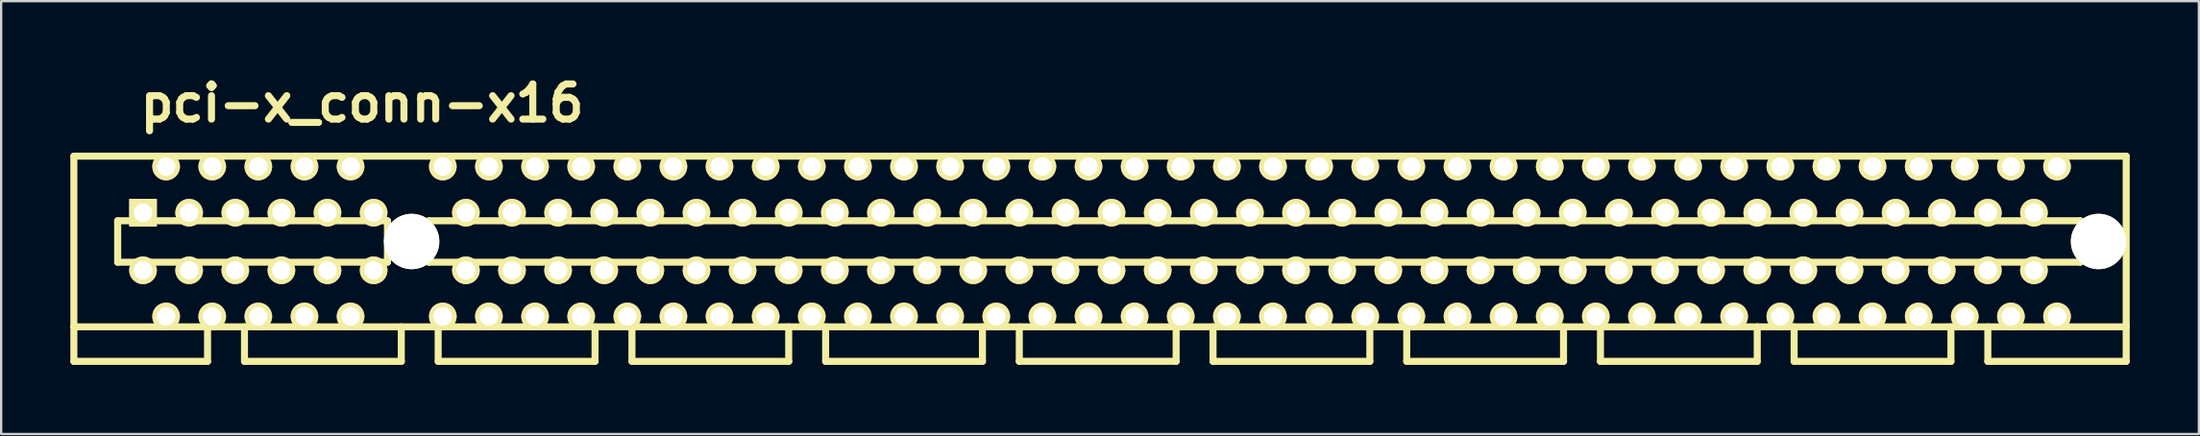
<source format=kicad_pcb>
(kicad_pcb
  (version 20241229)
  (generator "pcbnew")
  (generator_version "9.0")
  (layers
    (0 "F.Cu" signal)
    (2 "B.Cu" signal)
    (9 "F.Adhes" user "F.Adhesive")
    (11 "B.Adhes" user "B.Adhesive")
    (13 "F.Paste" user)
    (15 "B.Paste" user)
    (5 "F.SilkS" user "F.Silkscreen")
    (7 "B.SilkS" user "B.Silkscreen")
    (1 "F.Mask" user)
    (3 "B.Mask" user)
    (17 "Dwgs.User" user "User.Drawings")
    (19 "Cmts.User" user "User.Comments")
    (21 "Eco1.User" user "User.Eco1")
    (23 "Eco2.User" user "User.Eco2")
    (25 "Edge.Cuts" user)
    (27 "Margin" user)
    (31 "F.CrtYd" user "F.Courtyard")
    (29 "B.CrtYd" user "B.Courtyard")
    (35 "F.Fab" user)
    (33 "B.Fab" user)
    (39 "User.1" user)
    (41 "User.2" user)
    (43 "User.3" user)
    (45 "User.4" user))
  (footprint "pci-x_conn-x16"
    (layer "F.Cu")
    (at 12.652 7.426)
    (property "Reference" "pci-x_conn-x16" (at 0 -5.999 0) (layer "F.SilkS") (effects (font (size 1.524 1.524) (thickness 0.305))))
    (attr through_hole)
    (fp_line (start -12.499 -3.701) (end -12.499 3.701) (stroke (width 0.305) (type solid)) (layer "F.SilkS"))
    (fp_line (start -12.499 3.701) (end -12.499 5.199) (stroke (width 0.305) (type solid)) (layer "F.SilkS"))
    (fp_line (start -12.499 3.701) (end 76.5 3.701) (stroke (width 0.305) (type solid)) (layer "F.SilkS"))
    (fp_line (start -10.599 -0.899) (end -10.599 0.899) (stroke (width 0.305) (type solid)) (layer "F.SilkS"))
    (fp_line (start -10.599 -0.899) (end 1.1 -0.899) (stroke (width 0.305) (type solid)) (layer "F.SilkS"))
    (fp_line (start -6.701 5.199) (end -12.499 5.199) (stroke (width 0.305) (type solid)) (layer "F.SilkS"))
    (fp_line (start -6.701 5.199) (end -6.701 3.701) (stroke (width 0.305) (type solid)) (layer "F.SilkS"))
    (fp_line (start -5.1 3.701) (end -5.1 5.199) (stroke (width 0.305) (type solid)) (layer "F.SilkS"))
    (fp_line (start -5.098 5.199) (end 1.702 5.199) (stroke (width 0.305) (type solid)) (layer "F.SilkS"))
    (fp_line (start 1.1 0.899) (end -10.599 0.899) (stroke (width 0.305) (type solid)) (layer "F.SilkS"))
    (fp_line (start 1.1 0.899) (end 1.1 -0.899) (stroke (width 0.305) (type solid)) (layer "F.SilkS"))
    (fp_line (start 1.699 5.199) (end 1.699 3.701) (stroke (width 0.305) (type solid)) (layer "F.SilkS"))
    (fp_line (start 2.901 0.899) (end 2.901 -0.899) (stroke (width 0.305) (type solid)) (layer "F.SilkS"))
    (fp_line (start 2.901 0.899) (end 74.501 0.899) (stroke (width 0.305) (type solid)) (layer "F.SilkS"))
    (fp_line (start 3.299 3.701) (end 3.299 5.199) (stroke (width 0.305) (type solid)) (layer "F.SilkS"))
    (fp_line (start 3.302 5.199) (end 10.102 5.199) (stroke (width 0.305) (type solid)) (layer "F.SilkS"))
    (fp_line (start 10.102 5.199) (end 10.102 3.701) (stroke (width 0.305) (type solid)) (layer "F.SilkS"))
    (fp_line (start 11.702 5.199) (end 11.702 3.701) (stroke (width 0.305) (type solid)) (layer "F.SilkS"))
    (fp_line (start 11.702 5.199) (end 18.501 5.199) (stroke (width 0.305) (type solid)) (layer "F.SilkS"))
    (fp_line (start 18.499 5.199) (end 18.499 3.701) (stroke (width 0.305) (type solid)) (layer "F.SilkS"))
    (fp_line (start 20.102 3.701) (end 20.102 5.199) (stroke (width 0.305) (type solid)) (layer "F.SilkS"))
    (fp_line (start 20.102 5.199) (end 26.901 5.199) (stroke (width 0.305) (type solid)) (layer "F.SilkS"))
    (fp_line (start 26.901 5.199) (end 26.901 3.701) (stroke (width 0.305) (type solid)) (layer "F.SilkS"))
    (fp_line (start 28.499 3.701) (end 28.499 5.199) (stroke (width 0.305) (type solid)) (layer "F.SilkS"))
    (fp_line (start 28.501 5.197) (end 35.301 5.197) (stroke (width 0.305) (type solid)) (layer "F.SilkS"))
    (fp_line (start 35.301 5.199) (end 35.301 3.701) (stroke (width 0.305) (type solid)) (layer "F.SilkS"))
    (fp_line (start 36.901 5.199) (end 36.901 3.701) (stroke (width 0.305) (type solid)) (layer "F.SilkS"))
    (fp_line (start 36.901 5.199) (end 43.701 5.199) (stroke (width 0.305) (type solid)) (layer "F.SilkS"))
    (fp_line (start 43.701 5.199) (end 43.701 3.701) (stroke (width 0.305) (type solid)) (layer "F.SilkS"))
    (fp_line (start 45.301 5.199) (end 45.301 3.701) (stroke (width 0.305) (type solid)) (layer "F.SilkS"))
    (fp_line (start 52.1 5.199) (end 45.301 5.199) (stroke (width 0.305) (type solid)) (layer "F.SilkS"))
    (fp_line (start 52.1 5.199) (end 52.1 3.701) (stroke (width 0.305) (type solid)) (layer "F.SilkS"))
    (fp_line (start 53.701 5.199) (end 53.701 3.701) (stroke (width 0.305) (type solid)) (layer "F.SilkS"))
    (fp_line (start 53.701 5.199) (end 60.5 5.199) (stroke (width 0.305) (type solid)) (layer "F.SilkS"))
    (fp_line (start 60.5 5.199) (end 60.5 3.701) (stroke (width 0.305) (type solid)) (layer "F.SilkS"))
    (fp_line (start 62.1 5.199) (end 62.1 3.701) (stroke (width 0.305) (type solid)) (layer "F.SilkS"))
    (fp_line (start 68.9 5.199) (end 62.1 5.199) (stroke (width 0.305) (type solid)) (layer "F.SilkS"))
    (fp_line (start 68.9 5.199) (end 68.9 3.701) (stroke (width 0.305) (type solid)) (layer "F.SilkS"))
    (fp_line (start 70.5 5.199) (end 70.5 3.701) (stroke (width 0.305) (type solid)) (layer "F.SilkS"))
    (fp_line (start 74.501 -0.899) (end 2.901 -0.899) (stroke (width 0.305) (type solid)) (layer "F.SilkS"))
    (fp_line (start 74.503 -0.899) (end 74.503 0.899) (stroke (width 0.305) (type solid)) (layer "F.SilkS"))
    (fp_line (start 76.5 -3.701) (end -12.499 -3.701) (stroke (width 0.305) (type solid)) (layer "F.SilkS"))
    (fp_line (start 76.5 -3.701) (end 76.5 5.199) (stroke (width 0.305) (type solid)) (layer "F.SilkS"))
    (fp_line (start 76.5 5.199) (end 70.5 5.199) (stroke (width 0.305) (type solid)) (layer "F.SilkS"))
    (pad "" np_thru_hole circle (at 2.149 0) (size 2.4 2.4) (drill 2.4) (layers "*.Cu" "*.Mask" "F.SilkS"))
    (pad "" np_thru_hole circle (at 75.301 0) (size 2.4 2.4) (drill 2.4) (layers "*.Cu" "*.Mask" "F.SilkS"))
    (pad "A1" thru_hole rect (at -9.5 -1.25) (size 1.199 1.199) (drill 0.8) (layers "*.Cu" "*.Mask" "F.SilkS"))
    (pad "A2" thru_hole circle (at -8.499 -3.251) (size 1.199 1.199) (drill 0.8) (layers "*.Cu" "*.Mask" "F.SilkS"))
    (pad "A3" thru_hole circle (at -7.501 -1.25) (size 1.199 1.199) (drill 0.8) (layers "*.Cu" "*.Mask" "F.SilkS"))
    (pad "A4" thru_hole circle (at -6.5 -3.251) (size 1.199 1.199) (drill 0.8) (layers "*.Cu" "*.Mask" "F.SilkS"))
    (pad "A5" thru_hole circle (at -5.499 -1.25) (size 1.199 1.199) (drill 0.8) (layers "*.Cu" "*.Mask" "F.SilkS"))
    (pad "A6" thru_hole circle (at -4.501 -3.251) (size 1.199 1.199) (drill 0.8) (layers "*.Cu" "*.Mask" "F.SilkS"))
    (pad "A7" thru_hole circle (at -3.5 -1.25) (size 1.199 1.199) (drill 0.8) (layers "*.Cu" "*.Mask" "F.SilkS"))
    (pad "A8" thru_hole circle (at -2.499 -3.251) (size 1.199 1.199) (drill 0.8) (layers "*.Cu" "*.Mask" "F.SilkS"))
    (pad "A9" thru_hole circle (at -1.501 -1.25) (size 1.199 1.199) (drill 0.8) (layers "*.Cu" "*.Mask" "F.SilkS"))
    (pad "A10" thru_hole circle (at -0.5 -3.251) (size 1.199 1.199) (drill 0.8) (layers "*.Cu" "*.Mask" "F.SilkS"))
    (pad "A11" thru_hole circle (at 0.5 -1.25) (size 1.199 1.199) (drill 0.8) (layers "*.Cu" "*.Mask" "F.SilkS"))
    (pad "A12" thru_hole circle (at 3.5 -3.251) (size 1.199 1.199) (drill 0.8) (layers "*.Cu" "*.Mask" "F.SilkS"))
    (pad "A13" thru_hole circle (at 4.501 -1.25) (size 1.199 1.199) (drill 0.8) (layers "*.Cu" "*.Mask" "F.SilkS"))
    (pad "A14" thru_hole circle (at 5.499 -3.251) (size 1.199 1.199) (drill 0.8) (layers "*.Cu" "*.Mask" "F.SilkS"))
    (pad "A15" thru_hole circle (at 6.5 -1.25) (size 1.199 1.199) (drill 0.8) (layers "*.Cu" "*.Mask" "F.SilkS"))
    (pad "A16" thru_hole circle (at 7.501 -3.251) (size 1.199 1.199) (drill 0.8) (layers "*.Cu" "*.Mask" "F.SilkS"))
    (pad "A17" thru_hole circle (at 8.499 -1.25) (size 1.199 1.199) (drill 0.8) (layers "*.Cu" "*.Mask" "F.SilkS"))
    (pad "A18" thru_hole circle (at 9.5 -3.251) (size 1.199 1.199) (drill 0.8) (layers "*.Cu" "*.Mask" "F.SilkS"))
    (pad "A19" thru_hole circle (at 10.5 -1.25) (size 1.199 1.199) (drill 0.8) (layers "*.Cu" "*.Mask" "F.SilkS"))
    (pad "A20" thru_hole circle (at 11.501 -3.251) (size 1.199 1.199) (drill 0.8) (layers "*.Cu" "*.Mask" "F.SilkS"))
    (pad "A21" thru_hole circle (at 12.499 -1.25) (size 1.199 1.199) (drill 0.8) (layers "*.Cu" "*.Mask" "F.SilkS"))
    (pad "A22" thru_hole circle (at 13.5 -3.251) (size 1.199 1.199) (drill 0.8) (layers "*.Cu" "*.Mask" "F.SilkS"))
    (pad "A23" thru_hole circle (at 14.501 -1.25) (size 1.199 1.199) (drill 0.8) (layers "*.Cu" "*.Mask" "F.SilkS"))
    (pad "A24" thru_hole circle (at 15.499 -3.251) (size 1.199 1.199) (drill 0.8) (layers "*.Cu" "*.Mask" "F.SilkS"))
    (pad "A25" thru_hole circle (at 16.5 -1.25) (size 1.199 1.199) (drill 0.8) (layers "*.Cu" "*.Mask" "F.SilkS"))
    (pad "A26" thru_hole circle (at 17.501 -3.251) (size 1.199 1.199) (drill 0.8) (layers "*.Cu" "*.Mask" "F.SilkS"))
    (pad "A27" thru_hole circle (at 18.499 -1.25) (size 1.199 1.199) (drill 0.8) (layers "*.Cu" "*.Mask" "F.SilkS"))
    (pad "A28" thru_hole circle (at 19.5 -3.251) (size 1.199 1.199) (drill 0.8) (layers "*.Cu" "*.Mask" "F.SilkS"))
    (pad "A29" thru_hole circle (at 20.5 -1.25) (size 1.199 1.199) (drill 0.8) (layers "*.Cu" "*.Mask" "F.SilkS"))
    (pad "A30" thru_hole circle (at 21.501 -3.251) (size 1.199 1.199) (drill 0.8) (layers "*.Cu" "*.Mask" "F.SilkS"))
    (pad "A31" thru_hole circle (at 22.499 -1.25) (size 1.199 1.199) (drill 0.8) (layers "*.Cu" "*.Mask" "F.SilkS"))
    (pad "A32" thru_hole circle (at 23.5 -3.251) (size 1.199 1.199) (drill 0.8) (layers "*.Cu" "*.Mask" "F.SilkS"))
    (pad "A33" thru_hole circle (at 24.501 -1.25) (size 1.199 1.199) (drill 0.8) (layers "*.Cu" "*.Mask" "F.SilkS"))
    (pad "A34" thru_hole circle (at 25.499 -3.251) (size 1.199 1.199) (drill 0.8) (layers "*.Cu" "*.Mask" "F.SilkS"))
    (pad "A35" thru_hole circle (at 26.5 -1.25) (size 1.199 1.199) (drill 0.8) (layers "*.Cu" "*.Mask" "F.SilkS"))
    (pad "A36" thru_hole circle (at 27.501 -3.251) (size 1.199 1.199) (drill 0.8) (layers "*.Cu" "*.Mask" "F.SilkS"))
    (pad "A37" thru_hole circle (at 28.499 -1.25) (size 1.199 1.199) (drill 0.8) (layers "*.Cu" "*.Mask" "F.SilkS"))
    (pad "A38" thru_hole circle (at 29.5 -3.251) (size 1.199 1.199) (drill 0.8) (layers "*.Cu" "*.Mask" "F.SilkS"))
    (pad "A39" thru_hole circle (at 30.5 -1.25) (size 1.199 1.199) (drill 0.8) (layers "*.Cu" "*.Mask" "F.SilkS"))
    (pad "A40" thru_hole circle (at 31.501 -3.251) (size 1.199 1.199) (drill 0.8) (layers "*.Cu" "*.Mask" "F.SilkS"))
    (pad "A41" thru_hole circle (at 32.499 -1.25) (size 1.199 1.199) (drill 0.8) (layers "*.Cu" "*.Mask" "F.SilkS"))
    (pad "A42" thru_hole circle (at 33.5 -3.251) (size 1.199 1.199) (drill 0.8) (layers "*.Cu" "*.Mask" "F.SilkS"))
    (pad "A43" thru_hole circle (at 34.501 -1.25) (size 1.199 1.199) (drill 0.8) (layers "*.Cu" "*.Mask" "F.SilkS"))
    (pad "A44" thru_hole circle (at 35.499 -3.251) (size 1.199 1.199) (drill 0.8) (layers "*.Cu" "*.Mask" "F.SilkS"))
    (pad "A45" thru_hole circle (at 36.5 -1.25) (size 1.199 1.199) (drill 0.8) (layers "*.Cu" "*.Mask" "F.SilkS"))
    (pad "A46" thru_hole circle (at 37.501 -3.251) (size 1.199 1.199) (drill 0.8) (layers "*.Cu" "*.Mask" "F.SilkS"))
    (pad "A47" thru_hole circle (at 38.499 -1.25) (size 1.199 1.199) (drill 0.8) (layers "*.Cu" "*.Mask" "F.SilkS"))
    (pad "A48" thru_hole circle (at 39.5 -3.251) (size 1.199 1.199) (drill 0.8) (layers "*.Cu" "*.Mask" "F.SilkS"))
    (pad "A49" thru_hole circle (at 40.5 -1.25) (size 1.199 1.199) (drill 0.8) (layers "*.Cu" "*.Mask" "F.SilkS"))
    (pad "A50" thru_hole circle (at 41.501 -3.251) (size 1.199 1.199) (drill 0.8) (layers "*.Cu" "*.Mask" "F.SilkS"))
    (pad "A51" thru_hole circle (at 42.499 -1.25) (size 1.199 1.199) (drill 0.8) (layers "*.Cu" "*.Mask" "F.SilkS"))
    (pad "A52" thru_hole circle (at 43.5 -3.251) (size 1.199 1.199) (drill 0.8) (layers "*.Cu" "*.Mask" "F.SilkS"))
    (pad "A53" thru_hole circle (at 44.501 -1.25) (size 1.199 1.199) (drill 0.8) (layers "*.Cu" "*.Mask" "F.SilkS"))
    (pad "A54" thru_hole circle (at 45.499 -3.251) (size 1.199 1.199) (drill 0.8) (layers "*.Cu" "*.Mask" "F.SilkS"))
    (pad "A55" thru_hole circle (at 46.5 -1.25) (size 1.199 1.199) (drill 0.8) (layers "*.Cu" "*.Mask" "F.SilkS"))
    (pad "A56" thru_hole circle (at 47.501 -3.251) (size 1.199 1.199) (drill 0.8) (layers "*.Cu" "*.Mask" "F.SilkS"))
    (pad "A57" thru_hole circle (at 48.499 -1.25) (size 1.199 1.199) (drill 0.8) (layers "*.Cu" "*.Mask" "F.SilkS"))
    (pad "A58" thru_hole circle (at 49.5 -3.251) (size 1.199 1.199) (drill 0.8) (layers "*.Cu" "*.Mask" "F.SilkS"))
    (pad "A59" thru_hole circle (at 50.5 -1.25) (size 1.199 1.199) (drill 0.8) (layers "*.Cu" "*.Mask" "F.SilkS"))
    (pad "A60" thru_hole circle (at 51.501 -3.251) (size 1.199 1.199) (drill 0.8) (layers "*.Cu" "*.Mask" "F.SilkS"))
    (pad "A61" thru_hole circle (at 52.499 -1.25) (size 1.199 1.199) (drill 0.8) (layers "*.Cu" "*.Mask" "F.SilkS"))
    (pad "A62" thru_hole circle (at 53.5 -3.251) (size 1.199 1.199) (drill 0.8) (layers "*.Cu" "*.Mask" "F.SilkS"))
    (pad "A63" thru_hole circle (at 54.501 -1.25) (size 1.199 1.199) (drill 0.8) (layers "*.Cu" "*.Mask" "F.SilkS"))
    (pad "A64" thru_hole circle (at 55.499 -3.251) (size 1.199 1.199) (drill 0.8) (layers "*.Cu" "*.Mask" "F.SilkS"))
    (pad "A65" thru_hole circle (at 56.5 -1.25) (size 1.199 1.199) (drill 0.8) (layers "*.Cu" "*.Mask" "F.SilkS"))
    (pad "A66" thru_hole circle (at 57.501 -3.251) (size 1.199 1.199) (drill 0.8) (layers "*.Cu" "*.Mask" "F.SilkS"))
    (pad "A67" thru_hole circle (at 58.499 -1.25) (size 1.199 1.199) (drill 0.8) (layers "*.Cu" "*.Mask" "F.SilkS"))
    (pad "A68" thru_hole circle (at 59.499 -3.251) (size 1.199 1.199) (drill 0.8) (layers "*.Cu" "*.Mask" "F.SilkS"))
    (pad "A69" thru_hole circle (at 60.5 -1.25) (size 1.199 1.199) (drill 0.8) (layers "*.Cu" "*.Mask" "F.SilkS"))
    (pad "A70" thru_hole circle (at 61.501 -3.251) (size 1.199 1.199) (drill 0.8) (layers "*.Cu" "*.Mask" "F.SilkS"))
    (pad "A71" thru_hole circle (at 62.499 -1.25) (size 1.199 1.199) (drill 0.8) (layers "*.Cu" "*.Mask" "F.SilkS"))
    (pad "A72" thru_hole circle (at 63.5 -3.251) (size 1.199 1.199) (drill 0.8) (layers "*.Cu" "*.Mask" "F.SilkS"))
    (pad "A73" thru_hole circle (at 64.501 -1.25) (size 1.199 1.199) (drill 0.8) (layers "*.Cu" "*.Mask" "F.SilkS"))
    (pad "A74" thru_hole circle (at 65.499 -3.251) (size 1.199 1.199) (drill 0.8) (layers "*.Cu" "*.Mask" "F.SilkS"))
    (pad "A75" thru_hole circle (at 66.5 -1.25) (size 1.199 1.199) (drill 0.8) (layers "*.Cu" "*.Mask" "F.SilkS"))
    (pad "A76" thru_hole circle (at 67.501 -3.251) (size 1.199 1.199) (drill 0.8) (layers "*.Cu" "*.Mask" "F.SilkS"))
    (pad "A77" thru_hole circle (at 68.501 -1.25) (size 1.199 1.199) (drill 0.8) (layers "*.Cu" "*.Mask" "F.SilkS"))
    (pad "A78" thru_hole circle (at 69.499 -3.251) (size 1.199 1.199) (drill 0.8) (layers "*.Cu" "*.Mask" "F.SilkS"))
    (pad "A79" thru_hole circle (at 70.5 -1.25) (size 1.199 1.199) (drill 0.8) (layers "*.Cu" "*.Mask" "F.SilkS"))
    (pad "A80" thru_hole circle (at 71.501 -3.251) (size 1.199 1.199) (drill 0.8) (layers "*.Cu" "*.Mask" "F.SilkS"))
    (pad "A81" thru_hole circle (at 72.499 -1.25) (size 1.199 1.199) (drill 0.8) (layers "*.Cu" "*.Mask" "F.SilkS"))
    (pad "A82" thru_hole circle (at 73.5 -3.251) (size 1.199 1.199) (drill 0.8) (layers "*.Cu" "*.Mask" "F.SilkS"))
    (pad "B1" thru_hole circle (at -9.5 1.25) (size 1.199 1.199) (drill 0.8) (layers "*.Cu" "*.Mask" "F.SilkS"))
    (pad "B2" thru_hole circle (at -8.499 3.251) (size 1.199 1.199) (drill 0.8) (layers "*.Cu" "*.Mask" "F.SilkS"))
    (pad "B3" thru_hole circle (at -7.501 1.25) (size 1.199 1.199) (drill 0.8) (layers "*.Cu" "*.Mask" "F.SilkS"))
    (pad "B4" thru_hole circle (at -6.5 3.251) (size 1.199 1.199) (drill 0.8) (layers "*.Cu" "*.Mask" "F.SilkS"))
    (pad "B5" thru_hole circle (at -5.499 1.25) (size 1.199 1.199) (drill 0.8) (layers "*.Cu" "*.Mask" "F.SilkS"))
    (pad "B6" thru_hole circle (at -4.501 3.251) (size 1.199 1.199) (drill 0.8) (layers "*.Cu" "*.Mask" "F.SilkS"))
    (pad "B7" thru_hole circle (at -3.5 1.25) (size 1.199 1.199) (drill 0.8) (layers "*.Cu" "*.Mask" "F.SilkS"))
    (pad "B8" thru_hole circle (at -2.499 3.251) (size 1.199 1.199) (drill 0.8) (layers "*.Cu" "*.Mask" "F.SilkS"))
    (pad "B9" thru_hole circle (at -1.501 1.25) (size 1.199 1.199) (drill 0.8) (layers "*.Cu" "*.Mask" "F.SilkS"))
    (pad "B10" thru_hole circle (at -0.5 3.251) (size 1.199 1.199) (drill 0.8) (layers "*.Cu" "*.Mask" "F.SilkS"))
    (pad "B11" thru_hole circle (at 0.5 1.25) (size 1.199 1.199) (drill 0.8) (layers "*.Cu" "*.Mask" "F.SilkS"))
    (pad "B12" thru_hole circle (at 3.5 3.251) (size 1.199 1.199) (drill 0.8) (layers "*.Cu" "*.Mask" "F.SilkS"))
    (pad "B13" thru_hole circle (at 4.501 1.25) (size 1.199 1.199) (drill 0.8) (layers "*.Cu" "*.Mask" "F.SilkS"))
    (pad "B14" thru_hole circle (at 5.499 3.251) (size 1.199 1.199) (drill 0.8) (layers "*.Cu" "*.Mask" "F.SilkS"))
    (pad "B15" thru_hole circle (at 6.5 1.25) (size 1.199 1.199) (drill 0.8) (layers "*.Cu" "*.Mask" "F.SilkS"))
    (pad "B16" thru_hole circle (at 7.501 3.251) (size 1.199 1.199) (drill 0.8) (layers "*.Cu" "*.Mask" "F.SilkS"))
    (pad "B17" thru_hole circle (at 8.499 1.25) (size 1.199 1.199) (drill 0.8) (layers "*.Cu" "*.Mask" "F.SilkS"))
    (pad "B18" thru_hole circle (at 9.5 3.251) (size 1.199 1.199) (drill 0.8) (layers "*.Cu" "*.Mask" "F.SilkS"))
    (pad "B19" thru_hole circle (at 10.5 1.25) (size 1.199 1.199) (drill 0.8) (layers "*.Cu" "*.Mask" "F.SilkS"))
    (pad "B20" thru_hole circle (at 11.501 3.251) (size 1.199 1.199) (drill 0.8) (layers "*.Cu" "*.Mask" "F.SilkS"))
    (pad "B21" thru_hole circle (at 12.499 1.25) (size 1.199 1.199) (drill 0.8) (layers "*.Cu" "*.Mask" "F.SilkS"))
    (pad "B22" thru_hole circle (at 13.5 3.251) (size 1.199 1.199) (drill 0.8) (layers "*.Cu" "*.Mask" "F.SilkS"))
    (pad "B23" thru_hole circle (at 14.501 1.25) (size 1.199 1.199) (drill 0.8) (layers "*.Cu" "*.Mask" "F.SilkS"))
    (pad "B24" thru_hole circle (at 15.499 3.251) (size 1.199 1.199) (drill 0.8) (layers "*.Cu" "*.Mask" "F.SilkS"))
    (pad "B25" thru_hole circle (at 16.5 1.25) (size 1.199 1.199) (drill 0.8) (layers "*.Cu" "*.Mask" "F.SilkS"))
    (pad "B26" thru_hole circle (at 17.501 3.251) (size 1.199 1.199) (drill 0.8) (layers "*.Cu" "*.Mask" "F.SilkS"))
    (pad "B27" thru_hole circle (at 18.499 1.25) (size 1.199 1.199) (drill 0.8) (layers "*.Cu" "*.Mask" "F.SilkS"))
    (pad "B28" thru_hole circle (at 19.5 3.251) (size 1.199 1.199) (drill 0.8) (layers "*.Cu" "*.Mask" "F.SilkS"))
    (pad "B29" thru_hole circle (at 20.5 1.25) (size 1.199 1.199) (drill 0.8) (layers "*.Cu" "*.Mask" "F.SilkS"))
    (pad "B30" thru_hole circle (at 21.501 3.251) (size 1.199 1.199) (drill 0.8) (layers "*.Cu" "*.Mask" "F.SilkS"))
    (pad "B31" thru_hole circle (at 22.499 1.25) (size 1.199 1.199) (drill 0.8) (layers "*.Cu" "*.Mask" "F.SilkS"))
    (pad "B32" thru_hole circle (at 23.5 3.251) (size 1.199 1.199) (drill 0.8) (layers "*.Cu" "*.Mask" "F.SilkS"))
    (pad "B33" thru_hole circle (at 24.501 1.25) (size 1.199 1.199) (drill 0.8) (layers "*.Cu" "*.Mask" "F.SilkS"))
    (pad "B34" thru_hole circle (at 25.499 3.251) (size 1.199 1.199) (drill 0.8) (layers "*.Cu" "*.Mask" "F.SilkS"))
    (pad "B35" thru_hole circle (at 26.5 1.25) (size 1.199 1.199) (drill 0.8) (layers "*.Cu" "*.Mask" "F.SilkS"))
    (pad "B36" thru_hole circle (at 27.501 3.251) (size 1.199 1.199) (drill 0.8) (layers "*.Cu" "*.Mask" "F.SilkS"))
    (pad "B37" thru_hole circle (at 28.499 1.25) (size 1.199 1.199) (drill 0.8) (layers "*.Cu" "*.Mask" "F.SilkS"))
    (pad "B38" thru_hole circle (at 29.5 3.251) (size 1.199 1.199) (drill 0.8) (layers "*.Cu" "*.Mask" "F.SilkS"))
    (pad "B39" thru_hole circle (at 30.5 1.25) (size 1.199 1.199) (drill 0.8) (layers "*.Cu" "*.Mask" "F.SilkS"))
    (pad "B40" thru_hole circle (at 31.501 3.251) (size 1.199 1.199) (drill 0.8) (layers "*.Cu" "*.Mask" "F.SilkS"))
    (pad "B41" thru_hole circle (at 32.499 1.25) (size 1.199 1.199) (drill 0.8) (layers "*.Cu" "*.Mask" "F.SilkS"))
    (pad "B42" thru_hole circle (at 33.5 3.251) (size 1.199 1.199) (drill 0.8) (layers "*.Cu" "*.Mask" "F.SilkS"))
    (pad "B43" thru_hole circle (at 34.501 1.25) (size 1.199 1.199) (drill 0.8) (layers "*.Cu" "*.Mask" "F.SilkS"))
    (pad "B44" thru_hole circle (at 35.499 3.251) (size 1.199 1.199) (drill 0.8) (layers "*.Cu" "*.Mask" "F.SilkS"))
    (pad "B45" thru_hole circle (at 36.5 1.25) (size 1.199 1.199) (drill 0.8) (layers "*.Cu" "*.Mask" "F.SilkS"))
    (pad "B46" thru_hole circle (at 37.501 3.251) (size 1.199 1.199) (drill 0.8) (layers "*.Cu" "*.Mask" "F.SilkS"))
    (pad "B47" thru_hole circle (at 38.499 1.25) (size 1.199 1.199) (drill 0.8) (layers "*.Cu" "*.Mask" "F.SilkS"))
    (pad "B48" thru_hole circle (at 39.5 3.251) (size 1.199 1.199) (drill 0.8) (layers "*.Cu" "*.Mask" "F.SilkS"))
    (pad "B49" thru_hole circle (at 40.5 1.25) (size 1.199 1.199) (drill 0.8) (layers "*.Cu" "*.Mask" "F.SilkS"))
    (pad "B50" thru_hole circle (at 41.501 3.251) (size 1.199 1.199) (drill 0.8) (layers "*.Cu" "*.Mask" "F.SilkS"))
    (pad "B51" thru_hole circle (at 42.499 1.25) (size 1.199 1.199) (drill 0.8) (layers "*.Cu" "*.Mask" "F.SilkS"))
    (pad "B52" thru_hole circle (at 43.5 3.251) (size 1.199 1.199) (drill 0.8) (layers "*.Cu" "*.Mask" "F.SilkS"))
    (pad "B53" thru_hole circle (at 44.501 1.25) (size 1.199 1.199) (drill 0.8) (layers "*.Cu" "*.Mask" "F.SilkS"))
    (pad "B54" thru_hole circle (at 45.499 3.251) (size 1.199 1.199) (drill 0.8) (layers "*.Cu" "*.Mask" "F.SilkS"))
    (pad "B55" thru_hole circle (at 46.5 1.25) (size 1.199 1.199) (drill 0.8) (layers "*.Cu" "*.Mask" "F.SilkS"))
    (pad "B56" thru_hole circle (at 47.501 3.251) (size 1.199 1.199) (drill 0.8) (layers "*.Cu" "*.Mask" "F.SilkS"))
    (pad "B57" thru_hole circle (at 48.499 1.25) (size 1.199 1.199) (drill 0.8) (layers "*.Cu" "*.Mask" "F.SilkS"))
    (pad "B58" thru_hole circle (at 49.5 3.251) (size 1.199 1.199) (drill 0.8) (layers "*.Cu" "*.Mask" "F.SilkS"))
    (pad "B59" thru_hole circle (at 50.5 1.25) (size 1.199 1.199) (drill 0.8) (layers "*.Cu" "*.Mask" "F.SilkS"))
    (pad "B60" thru_hole circle (at 51.501 3.251) (size 1.199 1.199) (drill 0.8) (layers "*.Cu" "*.Mask" "F.SilkS"))
    (pad "B61" thru_hole circle (at 52.499 1.25) (size 1.199 1.199) (drill 0.8) (layers "*.Cu" "*.Mask" "F.SilkS"))
    (pad "B62" thru_hole circle (at 53.5 3.251) (size 1.199 1.199) (drill 0.8) (layers "*.Cu" "*.Mask" "F.SilkS"))
    (pad "B63" thru_hole circle (at 54.501 1.25) (size 1.199 1.199) (drill 0.8) (layers "*.Cu" "*.Mask" "F.SilkS"))
    (pad "B64" thru_hole circle (at 55.499 3.251) (size 1.199 1.199) (drill 0.8) (layers "*.Cu" "*.Mask" "F.SilkS"))
    (pad "B65" thru_hole circle (at 56.5 1.25) (size 1.199 1.199) (drill 0.8) (layers "*.Cu" "*.Mask" "F.SilkS"))
    (pad "B66" thru_hole circle (at 57.501 3.251) (size 1.199 1.199) (drill 0.8) (layers "*.Cu" "*.Mask" "F.SilkS"))
    (pad "B67" thru_hole circle (at 58.499 1.25) (size 1.199 1.199) (drill 0.8) (layers "*.Cu" "*.Mask" "F.SilkS"))
    (pad "B68" thru_hole circle (at 59.499 3.251) (size 1.199 1.199) (drill 0.8) (layers "*.Cu" "*.Mask" "F.SilkS"))
    (pad "B69" thru_hole circle (at 60.5 1.25) (size 1.199 1.199) (drill 0.8) (layers "*.Cu" "*.Mask" "F.SilkS"))
    (pad "B70" thru_hole circle (at 61.501 3.251) (size 1.199 1.199) (drill 0.8) (layers "*.Cu" "*.Mask" "F.SilkS"))
    (pad "B71" thru_hole circle (at 62.499 1.25) (size 1.199 1.199) (drill 0.8) (layers "*.Cu" "*.Mask" "F.SilkS"))
    (pad "B72" thru_hole circle (at 63.5 3.251) (size 1.199 1.199) (drill 0.8) (layers "*.Cu" "*.Mask" "F.SilkS"))
    (pad "B73" thru_hole circle (at 64.501 1.25) (size 1.199 1.199) (drill 0.8) (layers "*.Cu" "*.Mask" "F.SilkS"))
    (pad "B74" thru_hole circle (at 65.499 3.251) (size 1.199 1.199) (drill 0.8) (layers "*.Cu" "*.Mask" "F.SilkS"))
    (pad "B75" thru_hole circle (at 66.5 1.25) (size 1.199 1.199) (drill 0.8) (layers "*.Cu" "*.Mask" "F.SilkS"))
    (pad "B76" thru_hole circle (at 67.501 3.251) (size 1.199 1.199) (drill 0.8) (layers "*.Cu" "*.Mask" "F.SilkS"))
    (pad "B77" thru_hole circle (at 68.501 1.25) (size 1.199 1.199) (drill 0.8) (layers "*.Cu" "*.Mask" "F.SilkS"))
    (pad "B78" thru_hole circle (at 69.499 3.251) (size 1.199 1.199) (drill 0.8) (layers "*.Cu" "*.Mask" "F.SilkS"))
    (pad "B79" thru_hole circle (at 70.5 1.25) (size 1.199 1.199) (drill 0.8) (layers "*.Cu" "*.Mask" "F.SilkS"))
    (pad "B80" thru_hole circle (at 71.501 3.251) (size 1.199 1.199) (drill 0.8) (layers "*.Cu" "*.Mask" "F.SilkS"))
    (pad "B81" thru_hole circle (at 72.499 1.25) (size 1.199 1.199) (drill 0.8) (layers "*.Cu" "*.Mask" "F.SilkS"))
    (pad "B82" thru_hole circle (at 73.5 3.251) (size 1.199 1.199) (drill 0.8) (layers "*.Cu" "*.Mask" "F.SilkS")))
  (gr_rect
    (start -3 -3)
    (end 92.304 15.778)
    (stroke (width 0.1) (type default))
    (fill no)
    (layer "Edge.Cuts")))
</source>
